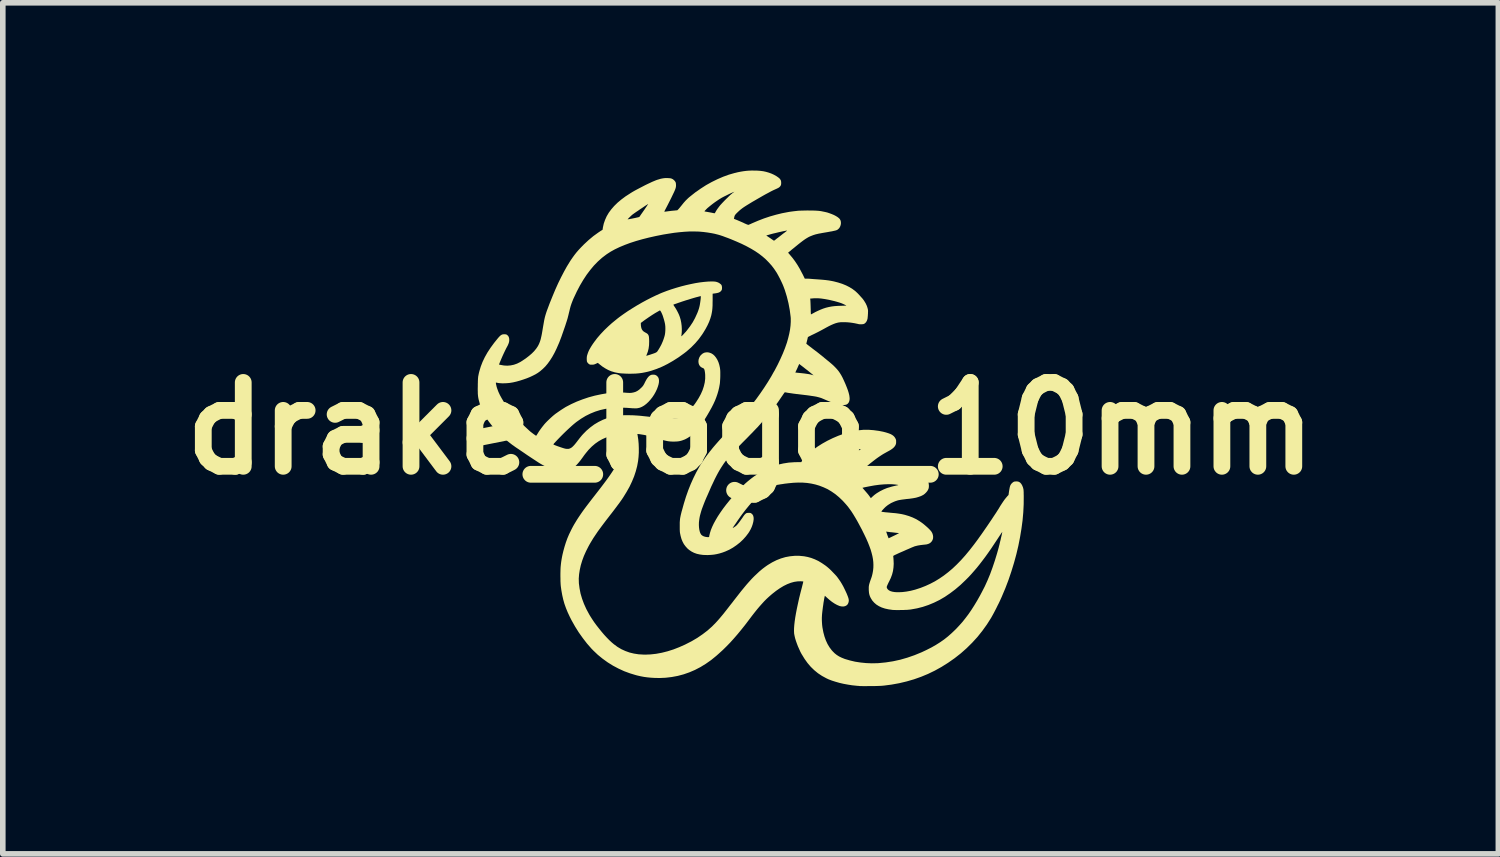
<source format=kicad_pcb>
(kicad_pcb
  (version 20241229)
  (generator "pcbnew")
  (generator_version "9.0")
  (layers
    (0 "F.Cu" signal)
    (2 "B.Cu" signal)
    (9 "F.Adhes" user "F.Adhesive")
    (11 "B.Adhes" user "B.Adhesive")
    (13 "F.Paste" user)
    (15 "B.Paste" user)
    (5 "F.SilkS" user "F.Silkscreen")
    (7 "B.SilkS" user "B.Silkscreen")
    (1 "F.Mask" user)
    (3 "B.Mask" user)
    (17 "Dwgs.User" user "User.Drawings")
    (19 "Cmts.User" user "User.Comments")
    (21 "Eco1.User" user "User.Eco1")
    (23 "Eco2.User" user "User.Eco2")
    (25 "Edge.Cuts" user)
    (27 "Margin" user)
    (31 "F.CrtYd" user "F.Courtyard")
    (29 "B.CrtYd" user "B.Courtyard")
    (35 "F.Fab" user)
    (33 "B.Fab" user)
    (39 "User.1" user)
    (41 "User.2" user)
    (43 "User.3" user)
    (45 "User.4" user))
  (footprint "drake_logo_10mm"
    (layer "F.Cu")
    (at 10.371 4.61)
    (property "Reference" "drake_logo_10mm" (at 0 0 0) (unlocked yes) (layer "F.SilkS") (effects (font (size 1.5 1.5) (thickness 0.3))))
    (attr board_only exclude_from_pos_files exclude_from_bom)
    (fp_poly (pts (xy -0.67 -2.627) (xy -0.642 -2.625) (xy -0.619 -2.622) (xy -0.599 -2.616) (xy -0.58 -2.609) (xy -0.561 -2.599) (xy -0.554 -2.594) (xy -0.534 -2.579) (xy -0.521 -2.565) (xy -0.514 -2.548) (xy -0.511 -2.527) (xy -0.51 -2.515) (xy -0.511 -2.498) (xy -0.512 -2.486) (xy -0.515 -2.477) (xy -0.52 -2.467) (xy -0.521 -2.466) (xy -0.533 -2.451) (xy -0.548 -2.439) (xy -0.567 -2.429) (xy -0.59 -2.422) (xy -0.62 -2.416) (xy -0.642 -2.413) (xy -0.678 -2.408) (xy -0.678 -2.284) (xy -0.679 -2.238) (xy -0.679 -2.2) (xy -0.681 -2.166) (xy -0.683 -2.136) (xy -0.686 -2.109) (xy -0.69 -2.083) (xy -0.695 -2.056) (xy -0.701 -2.028) (xy -0.702 -2.022) (xy -0.719 -1.965) (xy -0.741 -1.905) (xy -0.77 -1.842) (xy -0.804 -1.778) (xy -0.844 -1.712) (xy -0.864 -1.681) (xy -0.924 -1.598) (xy -0.991 -1.52) (xy -1.064 -1.446) (xy -1.143 -1.377) (xy -1.188 -1.342) (xy -1.288 -1.27) (xy -1.387 -1.207) (xy -1.485 -1.151) (xy -1.582 -1.103) (xy -1.679 -1.063) (xy -1.776 -1.03) (xy -1.834 -1.014) (xy -1.888 -1.002) (xy -1.94 -0.992) (xy -1.994 -0.985) (xy -2.049 -0.98) (xy -2.107 -0.978) (xy -2.17 -0.977) (xy -2.238 -0.979) (xy -2.269 -0.981) (xy -2.308 -0.983) (xy -2.342 -0.986) (xy -2.372 -0.991) (xy -2.403 -0.997) (xy -2.435 -1.004) (xy -2.436 -1.005) (xy -2.493 -1.022) (xy -2.547 -1.045) (xy -2.6 -1.074) (xy -2.654 -1.109) (xy -2.698 -1.144) (xy -2.731 -1.171) (xy -2.767 -1.155) (xy -2.785 -1.147) (xy -2.798 -1.143) (xy -2.811 -1.14) (xy -2.824 -1.139) (xy -2.838 -1.139) (xy -2.855 -1.139) (xy -2.867 -1.14) (xy -2.876 -1.143) (xy -2.885 -1.147) (xy -2.889 -1.15) (xy -2.901 -1.16) (xy -2.913 -1.173) (xy -2.916 -1.177) (xy -2.921 -1.186) (xy -2.925 -1.194) (xy -2.927 -1.204) (xy -2.928 -1.219) (xy -2.929 -1.235) (xy -2.929 -1.256) (xy -2.928 -1.273) (xy -2.926 -1.289) (xy -2.922 -1.307) (xy -2.92 -1.313) (xy -2.91 -1.344) (xy -2.898 -1.375) (xy -2.884 -1.405) (xy -2.866 -1.437) (xy -2.845 -1.472) (xy -2.82 -1.51) (xy -2.796 -1.544) (xy -2.743 -1.614) (xy -2.682 -1.685) (xy -2.615 -1.756) (xy -2.542 -1.826) (xy -2.481 -1.881) (xy -1.962 -1.881) (xy -1.962 -1.87) (xy -1.961 -1.854) (xy -1.961 -1.841) (xy -1.956 -1.808) (xy -1.948 -1.78) (xy -1.936 -1.758) (xy -1.92 -1.739) (xy -1.897 -1.723) (xy -1.876 -1.711) (xy -1.858 -1.701) (xy -1.844 -1.691) (xy -1.833 -1.679) (xy -1.825 -1.665) (xy -1.819 -1.647) (xy -1.816 -1.625) (xy -1.814 -1.597) (xy -1.813 -1.562) (xy -1.813 -1.552) (xy -1.815 -1.488) (xy -1.823 -1.428) (xy -1.836 -1.374) (xy -1.853 -1.328) (xy -1.859 -1.314) (xy -1.863 -1.304) (xy -1.865 -1.299) (xy -1.865 -1.298) (xy -1.861 -1.299) (xy -1.851 -1.301) (xy -1.834 -1.306) (xy -1.812 -1.313) (xy -1.786 -1.321) (xy -1.781 -1.323) (xy -1.748 -1.334) (xy -1.722 -1.343) (xy -1.702 -1.351) (xy -1.688 -1.358) (xy -1.678 -1.365) (xy -1.671 -1.371) (xy -1.67 -1.372) (xy -1.661 -1.385) (xy -1.649 -1.403) (xy -1.636 -1.424) (xy -1.622 -1.448) (xy -1.609 -1.472) (xy -1.597 -1.494) (xy -1.59 -1.509) (xy -1.571 -1.552) (xy -1.554 -1.598) (xy -1.54 -1.642) (xy -1.532 -1.674) (xy -1.527 -1.707) (xy -1.524 -1.745) (xy -1.523 -1.785) (xy -1.524 -1.823) (xy -1.528 -1.858) (xy -1.53 -1.871) (xy -1.538 -1.907) (xy -1.548 -1.944) (xy -1.559 -1.98) (xy -1.57 -2.015) (xy -1.582 -2.045) (xy -1.594 -2.071) (xy -1.605 -2.092) (xy -1.612 -2.101) (xy -1.62 -2.11) (xy -1.647 -2.095) (xy -1.703 -2.063) (xy -1.762 -2.026) (xy -1.822 -1.986) (xy -1.881 -1.945) (xy -1.909 -1.925) (xy -1.926 -1.912) (xy -1.941 -1.901) (xy -1.953 -1.892) (xy -1.96 -1.887) (xy -1.962 -1.885) (xy -1.962 -1.881) (xy -2.481 -1.881) (xy -2.464 -1.895) (xy -2.382 -1.962) (xy -2.339 -1.995) (xy -2.268 -2.046) (xy -2.192 -2.098) (xy -2.111 -2.149) (xy -2.028 -2.2) (xy -2.006 -2.212) (xy -1.379 -2.212) (xy -1.378 -2.208) (xy -1.374 -2.199) (xy -1.366 -2.186) (xy -1.354 -2.169) (xy -1.333 -2.136) (xy -1.313 -2.1) (xy -1.294 -2.063) (xy -1.278 -2.028) (xy -1.266 -1.996) (xy -1.265 -1.994) (xy -1.25 -1.943) (xy -1.239 -1.888) (xy -1.232 -1.832) (xy -1.229 -1.776) (xy -1.23 -1.721) (xy -1.235 -1.671) (xy -1.239 -1.649) (xy -1.238 -1.647) (xy -1.232 -1.651) (xy -1.222 -1.659) (xy -1.209 -1.672) (xy -1.194 -1.688) (xy -1.177 -1.707) (xy -1.158 -1.727) (xy -1.14 -1.749) (xy -1.136 -1.754) (xy -1.082 -1.825) (xy -1.034 -1.897) (xy -0.993 -1.972) (xy -0.956 -2.053) (xy -0.949 -2.069) (xy -0.935 -2.106) (xy -0.924 -2.139) (xy -0.915 -2.172) (xy -0.907 -2.208) (xy -0.905 -2.222) (xy -0.902 -2.24) (xy -0.899 -2.26) (xy -0.896 -2.283) (xy -0.893 -2.305) (xy -0.891 -2.325) (xy -0.89 -2.343) (xy -0.889 -2.356) (xy -0.889 -2.363) (xy -0.89 -2.364) (xy -0.895 -2.364) (xy -0.906 -2.362) (xy -0.924 -2.357) (xy -0.947 -2.351) (xy -0.975 -2.344) (xy -1.006 -2.335) (xy -1.04 -2.325) (xy -1.076 -2.314) (xy -1.113 -2.302) (xy -1.151 -2.291) (xy -1.188 -2.279) (xy -1.225 -2.267) (xy -1.259 -2.255) (xy -1.271 -2.251) (xy -1.298 -2.242) (xy -1.322 -2.233) (xy -1.344 -2.226) (xy -1.361 -2.22) (xy -1.372 -2.216) (xy -1.377 -2.214) (xy -1.379 -2.212) (xy -2.006 -2.212) (xy -1.943 -2.249) (xy -1.858 -2.295) (xy -1.774 -2.338) (xy -1.693 -2.377) (xy -1.615 -2.412) (xy -1.579 -2.427) (xy -1.498 -2.458) (xy -1.414 -2.487) (xy -1.328 -2.514) (xy -1.241 -2.539) (xy -1.155 -2.561) (xy -1.07 -2.58) (xy -0.987 -2.597) (xy -0.907 -2.61) (xy -0.831 -2.619) (xy -0.761 -2.625) (xy -0.704 -2.627)) (stroke (width 0) (type solid)) (fill yes) (layer "F.SilkS"))
    (fp_poly (pts (xy 0.116 -4.609) (xy 0.174 -4.605) (xy 0.228 -4.598) (xy 0.278 -4.587) (xy 0.326 -4.573) (xy 0.373 -4.556) (xy 0.421 -4.534) (xy 0.424 -4.532) (xy 0.463 -4.51) (xy 0.495 -4.488) (xy 0.52 -4.467) (xy 0.536 -4.445) (xy 0.544 -4.427) (xy 0.547 -4.408) (xy 0.548 -4.385) (xy 0.546 -4.363) (xy 0.544 -4.353) (xy 0.535 -4.334) (xy 0.519 -4.316) (xy 0.497 -4.3) (xy 0.47 -4.287) (xy 0.468 -4.286) (xy 0.439 -4.273) (xy 0.404 -4.257) (xy 0.364 -4.237) (xy 0.318 -4.212) (xy 0.267 -4.185) (xy 0.212 -4.154) (xy 0.153 -4.12) (xy 0.132 -4.108) (xy 0.079 -4.077) (xy 0.032 -4.05) (xy -0.009 -4.025) (xy -0.045 -4.003) (xy -0.076 -3.984) (xy -0.104 -3.966) (xy -0.128 -3.95) (xy -0.149 -3.935) (xy -0.168 -3.92) (xy -0.186 -3.906) (xy -0.203 -3.891) (xy -0.219 -3.876) (xy -0.236 -3.86) (xy -0.241 -3.855) (xy -0.259 -3.837) (xy -0.271 -3.823) (xy -0.28 -3.81) (xy -0.286 -3.797) (xy -0.29 -3.782) (xy -0.294 -3.762) (xy -0.294 -3.761) (xy -0.297 -3.747) (xy -0.239 -3.724) (xy -0.216 -3.714) (xy -0.188 -3.702) (xy -0.158 -3.689) (xy -0.128 -3.676) (xy -0.113 -3.668) (xy -0.088 -3.657) (xy -0.07 -3.649) (xy -0.056 -3.644) (xy -0.047 -3.641) (xy -0.04 -3.639) (xy -0.035 -3.64) (xy -0.033 -3.641) (xy -0.025 -3.644) (xy -0.012 -3.65) (xy 0.005 -3.657) (xy 0.024 -3.666) (xy 0.031 -3.669) (xy 0.134 -3.713) (xy 0.24 -3.754) (xy 0.348 -3.79) (xy 0.457 -3.821) (xy 0.563 -3.847) (xy 0.667 -3.867) (xy 0.695 -3.872) (xy 0.738 -3.878) (xy 0.777 -3.883) (xy 0.813 -3.887) (xy 0.847 -3.891) (xy 0.882 -3.893) (xy 0.918 -3.894) (xy 0.959 -3.895) (xy 1.005 -3.896) (xy 1.032 -3.896) (xy 1.08 -3.895) (xy 1.12 -3.895) (xy 1.156 -3.894) (xy 1.187 -3.892) (xy 1.215 -3.89) (xy 1.242 -3.887) (xy 1.268 -3.883) (xy 1.296 -3.877) (xy 1.326 -3.871) (xy 1.331 -3.87) (xy 1.373 -3.86) (xy 1.414 -3.846) (xy 1.454 -3.831) (xy 1.492 -3.815) (xy 1.526 -3.797) (xy 1.555 -3.779) (xy 1.578 -3.761) (xy 1.595 -3.744) (xy 1.608 -3.721) (xy 1.615 -3.694) (xy 1.616 -3.666) (xy 1.612 -3.637) (xy 1.602 -3.609) (xy 1.588 -3.584) (xy 1.583 -3.578) (xy 1.571 -3.566) (xy 1.559 -3.556) (xy 1.551 -3.55) (xy 1.542 -3.546) (xy 1.529 -3.541) (xy 1.511 -3.536) (xy 1.487 -3.531) (xy 1.457 -3.524) (xy 1.421 -3.518) (xy 1.378 -3.51) (xy 1.331 -3.502) (xy 1.289 -3.495) (xy 1.253 -3.488) (xy 1.223 -3.483) (xy 1.198 -3.477) (xy 1.176 -3.472) (xy 1.156 -3.467) (xy 1.138 -3.461) (xy 1.119 -3.455) (xy 1.109 -3.451) (xy 1.084 -3.441) (xy 1.059 -3.431) (xy 1.035 -3.419) (xy 1.011 -3.405) (xy 0.985 -3.389) (xy 0.957 -3.37) (xy 0.927 -3.348) (xy 0.893 -3.322) (xy 0.855 -3.292) (xy 0.813 -3.258) (xy 0.777 -3.228) (xy 0.754 -3.21) (xy 0.733 -3.193) (xy 0.715 -3.177) (xy 0.7 -3.165) (xy 0.689 -3.156) (xy 0.684 -3.152) (xy 0.676 -3.146) (xy 0.672 -3.142) (xy 0.672 -3.142) (xy 0.675 -3.138) (xy 0.682 -3.129) (xy 0.692 -3.118) (xy 0.701 -3.107) (xy 0.749 -3.05) (xy 0.794 -2.99) (xy 0.838 -2.924) (xy 0.88 -2.853) (xy 0.921 -2.775) (xy 0.934 -2.751) (xy 0.97 -2.677) (xy 1.004 -2.677) (xy 1.024 -2.677) (xy 1.048 -2.676) (xy 1.072 -2.674) (xy 1.081 -2.673) (xy 1.097 -2.672) (xy 1.12 -2.67) (xy 1.147 -2.668) (xy 1.176 -2.666) (xy 1.206 -2.664) (xy 1.217 -2.663) (xy 1.284 -2.658) (xy 1.344 -2.652) (xy 1.399 -2.645) (xy 1.45 -2.636) (xy 1.485 -2.629) (xy 1.566 -2.608) (xy 1.641 -2.584) (xy 1.709 -2.556) (xy 1.77 -2.525) (xy 1.826 -2.49) (xy 1.876 -2.452) (xy 1.882 -2.446) (xy 1.904 -2.426) (xy 1.928 -2.402) (xy 1.952 -2.376) (xy 1.976 -2.349) (xy 1.999 -2.324) (xy 2.017 -2.301) (xy 2.029 -2.284) (xy 2.058 -2.237) (xy 2.08 -2.19) (xy 2.093 -2.149) (xy 2.096 -2.135) (xy 2.099 -2.123) (xy 2.1 -2.111) (xy 2.101 -2.096) (xy 2.1 -2.077) (xy 2.1 -2.052) (xy 2.099 -2.05) (xy 2.098 -2.025) (xy 2.096 -2.001) (xy 2.094 -1.98) (xy 2.092 -1.963) (xy 2.091 -1.957) (xy 2.081 -1.927) (xy 2.067 -1.901) (xy 2.048 -1.881) (xy 2.04 -1.875) (xy 2.029 -1.869) (xy 2.019 -1.865) (xy 2.007 -1.863) (xy 1.991 -1.862) (xy 1.984 -1.862) (xy 1.965 -1.861) (xy 1.949 -1.862) (xy 1.933 -1.864) (xy 1.913 -1.869) (xy 1.899 -1.872) (xy 1.861 -1.88) (xy 1.819 -1.887) (xy 1.775 -1.893) (xy 1.73 -1.897) (xy 1.687 -1.899) (xy 1.646 -1.899) (xy 1.61 -1.898) (xy 1.579 -1.894) (xy 1.575 -1.894) (xy 1.545 -1.887) (xy 1.515 -1.878) (xy 1.481 -1.865) (xy 1.444 -1.849) (xy 1.403 -1.829) (xy 1.358 -1.805) (xy 1.307 -1.777) (xy 1.278 -1.761) (xy 1.244 -1.743) (xy 1.208 -1.724) (xy 1.174 -1.707) (xy 1.144 -1.692) (xy 1.119 -1.68) (xy 1.095 -1.669) (xy 1.074 -1.658) (xy 1.058 -1.65) (xy 1.046 -1.644) (xy 1.043 -1.642) (xy 1.026 -1.633) (xy 1.012 -1.574) (xy 0.997 -1.515) (xy 1.01 -1.503) (xy 1.016 -1.498) (xy 1.028 -1.489) (xy 1.044 -1.476) (xy 1.064 -1.461) (xy 1.088 -1.443) (xy 1.113 -1.423) (xy 1.137 -1.405) (xy 1.166 -1.383) (xy 1.195 -1.361) (xy 1.223 -1.339) (xy 1.249 -1.318) (xy 1.272 -1.3) (xy 1.29 -1.285) (xy 1.299 -1.279) (xy 1.32 -1.26) (xy 1.345 -1.24) (xy 1.369 -1.22) (xy 1.391 -1.202) (xy 1.393 -1.201) (xy 1.439 -1.162) (xy 1.479 -1.127) (xy 1.514 -1.092) (xy 1.545 -1.059) (xy 1.573 -1.025) (xy 1.598 -0.989) (xy 1.622 -0.95) (xy 1.645 -0.907) (xy 1.668 -0.858) (xy 1.692 -0.804) (xy 1.699 -0.788) (xy 1.722 -0.731) (xy 1.741 -0.68) (xy 1.755 -0.634) (xy 1.765 -0.594) (xy 1.77 -0.559) (xy 1.772 -0.528) (xy 1.769 -0.501) (xy 1.762 -0.477) (xy 1.753 -0.459) (xy 1.738 -0.441) (xy 1.72 -0.428) (xy 1.698 -0.421) (xy 1.669 -0.417) (xy 1.668 -0.417) (xy 1.648 -0.417) (xy 1.627 -0.418) (xy 1.61 -0.419) (xy 1.608 -0.42) (xy 1.565 -0.429) (xy 1.518 -0.443) (xy 1.467 -0.46) (xy 1.412 -0.48) (xy 1.357 -0.503) (xy 1.325 -0.517) (xy 1.304 -0.526) (xy 1.285 -0.534) (xy 1.266 -0.542) (xy 1.247 -0.548) (xy 1.226 -0.554) (xy 1.204 -0.56) (xy 1.18 -0.566) (xy 1.153 -0.571) (xy 1.122 -0.576) (xy 1.087 -0.581) (xy 1.048 -0.587) (xy 1.003 -0.593) (xy 0.952 -0.599) (xy 0.894 -0.606) (xy 0.829 -0.614) (xy 0.824 -0.614) (xy 0.794 -0.618) (xy 0.762 -0.622) (xy 0.73 -0.627) (xy 0.702 -0.631) (xy 0.679 -0.634) (xy 0.676 -0.635) (xy 0.655 -0.638) (xy 0.637 -0.642) (xy 0.623 -0.644) (xy 0.615 -0.645) (xy 0.614 -0.646) (xy 0.61 -0.643) (xy 0.603 -0.634) (xy 0.593 -0.62) (xy 0.581 -0.603) (xy 0.568 -0.583) (xy 0.564 -0.578) (xy 0.494 -0.475) (xy 0.422 -0.376) (xy 0.347 -0.279) (xy 0.268 -0.183) (xy 0.183 -0.086) (xy 0.142 -0.04) (xy 0.129 -0.025) (xy 0.11 -0.006) (xy 0.087 0.018) (xy 0.061 0.045) (xy 0.032 0.076) (xy -0.000052 0.108) (xy -0.033 0.142) (xy -0.067 0.177) (xy -0.101 0.211) (xy -0.106 0.216) (xy -0.14 0.25) (xy -0.174 0.285) (xy -0.206 0.318) (xy -0.237 0.35) (xy -0.266 0.38) (xy -0.292 0.407) (xy -0.315 0.43) (xy -0.333 0.45) (xy -0.346 0.464) (xy -0.348 0.466) (xy -0.382 0.506) (xy -0.414 0.544) (xy -0.445 0.584) (xy -0.474 0.623) (xy -0.502 0.665) (xy -0.53 0.708) (xy -0.558 0.754) (xy -0.585 0.802) (xy -0.613 0.855) (xy -0.642 0.912) (xy -0.671 0.974) (xy -0.703 1.041) (xy -0.735 1.115) (xy -0.77 1.195) (xy -0.788 1.235) (xy -0.814 1.296) (xy -0.836 1.352) (xy -0.855 1.402) (xy -0.872 1.448) (xy -0.885 1.49) (xy -0.896 1.529) (xy -0.906 1.567) (xy -0.913 1.603) (xy -0.918 1.637) (xy -0.923 1.682) (xy -0.924 1.726) (xy -0.922 1.768) (xy -0.917 1.807) (xy -0.909 1.843) (xy -0.899 1.872) (xy -0.885 1.896) (xy -0.881 1.902) (xy -0.863 1.917) (xy -0.839 1.93) (xy -0.81 1.939) (xy -0.778 1.944) (xy -0.757 1.945) (xy -0.747 1.944) (xy -0.742 1.942) (xy -0.74 1.937) (xy -0.74 1.937) (xy -0.739 1.927) (xy -0.736 1.912) (xy -0.731 1.893) (xy -0.726 1.871) (xy -0.719 1.849) (xy -0.713 1.828) (xy -0.708 1.814) (xy -0.686 1.76) (xy -0.658 1.701) (xy -0.624 1.639) (xy -0.585 1.573) (xy -0.54 1.505) (xy -0.491 1.435) (xy -0.437 1.364) (xy -0.378 1.291) (xy -0.375 1.287) (xy -0.314 1.215) (xy -0.256 1.149) (xy -0.201 1.09) (xy -0.147 1.036) (xy -0.095 0.986) (xy -0.043 0.941) (xy 0.009 0.899) (xy 0.061 0.86) (xy 0.115 0.823) (xy 0.137 0.809) (xy 0.225 0.757) (xy 0.313 0.713) (xy 0.377 0.687) (xy 1.339 0.687) (xy 1.378 0.7) (xy 1.4 0.708) (xy 1.424 0.717) (xy 1.449 0.726) (xy 1.46 0.731) (xy 1.477 0.737) (xy 1.491 0.743) (xy 1.5 0.747) (xy 1.503 0.748) (xy 1.506 0.745) (xy 1.512 0.737) (xy 1.52 0.726) (xy 1.523 0.721) (xy 1.538 0.703) (xy 1.557 0.681) (xy 1.581 0.656) (xy 1.607 0.631) (xy 1.633 0.607) (xy 1.66 0.584) (xy 1.681 0.567) (xy 1.706 0.548) (xy 1.736 0.526) (xy 1.771 0.502) (xy 1.809 0.476) (xy 1.85 0.45) (xy 1.891 0.423) (xy 1.922 0.404) (xy 1.94 0.393) (xy 1.955 0.383) (xy 1.966 0.375) (xy 1.972 0.37) (xy 1.973 0.369) (xy 1.968 0.369) (xy 1.956 0.371) (xy 1.941 0.375) (xy 1.926 0.378) (xy 1.872 0.394) (xy 1.813 0.415) (xy 1.75 0.442) (xy 1.684 0.473) (xy 1.616 0.509) (xy 1.546 0.55) (xy 1.476 0.593) (xy 1.425 0.627) (xy 1.404 0.642) (xy 1.385 0.655) (xy 1.368 0.666) (xy 1.356 0.675) (xy 1.349 0.68) (xy 1.349 0.68) (xy 1.339 0.687) (xy 0.377 0.687) (xy 0.403 0.677) (xy 0.494 0.648) (xy 0.588 0.627) (xy 0.684 0.612) (xy 0.784 0.605) (xy 0.836 0.604) (xy 0.906 0.604) (xy 0.928 0.571) (xy 0.942 0.553) (xy 0.961 0.53) (xy 0.984 0.506) (xy 1.009 0.48) (xy 1.036 0.453) (xy 1.064 0.428) (xy 1.09 0.405) (xy 1.109 0.391) (xy 1.192 0.33) (xy 1.28 0.274) (xy 1.373 0.222) (xy 1.469 0.175) (xy 1.567 0.133) (xy 1.665 0.097) (xy 1.762 0.067) (xy 1.834 0.05) (xy 1.923 0.035) (xy 2.014 0.026) (xy 2.106 0.025) (xy 2.199 0.032) (xy 2.295 0.045) (xy 2.371 0.06) (xy 2.421 0.073) (xy 2.465 0.087) (xy 2.502 0.101) (xy 2.532 0.117) (xy 2.556 0.135) (xy 2.575 0.155) (xy 2.589 0.177) (xy 2.59 0.179) (xy 2.597 0.194) (xy 2.601 0.206) (xy 2.603 0.218) (xy 2.603 0.235) (xy 2.603 0.24) (xy 2.603 0.259) (xy 2.601 0.273) (xy 2.597 0.286) (xy 2.593 0.297) (xy 2.582 0.316) (xy 2.568 0.334) (xy 2.55 0.352) (xy 2.528 0.369) (xy 2.5 0.388) (xy 2.466 0.407) (xy 2.44 0.421) (xy 2.41 0.438) (xy 2.381 0.454) (xy 2.353 0.471) (xy 2.324 0.49) (xy 2.294 0.51) (xy 2.261 0.533) (xy 2.225 0.56) (xy 2.185 0.591) (xy 2.162 0.609) (xy 2.143 0.624) (xy 2.123 0.64) (xy 2.103 0.657) (xy 2.084 0.673) (xy 2.067 0.688) (xy 2.054 0.701) (xy 2.044 0.711) (xy 2.039 0.717) (xy 2.038 0.719) (xy 2.042 0.719) (xy 2.053 0.718) (xy 2.067 0.715) (xy 2.073 0.714) (xy 2.167 0.701) (xy 2.265 0.693) (xy 2.364 0.69) (xy 2.464 0.692) (xy 2.563 0.699) (xy 2.659 0.712) (xy 2.717 0.722) (xy 2.763 0.732) (xy 2.812 0.744) (xy 2.86 0.757) (xy 2.908 0.771) (xy 2.952 0.785) (xy 2.993 0.799) (xy 3.027 0.813) (xy 3.031 0.814) (xy 3.062 0.831) (xy 3.093 0.852) (xy 3.122 0.877) (xy 3.147 0.903) (xy 3.158 0.918) (xy 3.175 0.949) (xy 3.185 0.982) (xy 3.189 1.018) (xy 3.189 1.034) (xy 3.188 1.054) (xy 3.185 1.068) (xy 3.182 1.081) (xy 3.175 1.095) (xy 3.174 1.099) (xy 3.159 1.123) (xy 3.138 1.148) (xy 3.115 1.17) (xy 3.09 1.189) (xy 3.084 1.192) (xy 3.049 1.21) (xy 3.007 1.225) (xy 2.96 1.239) (xy 2.907 1.249) (xy 2.851 1.257) (xy 2.839 1.259) (xy 2.793 1.263) (xy 2.754 1.268) (xy 2.722 1.272) (xy 2.694 1.276) (xy 2.67 1.28) (xy 2.649 1.284) (xy 2.629 1.289) (xy 2.611 1.295) (xy 2.592 1.301) (xy 2.572 1.309) (xy 2.571 1.309) (xy 2.512 1.336) (xy 2.456 1.371) (xy 2.433 1.389) (xy 2.419 1.4) (xy 2.404 1.414) (xy 2.389 1.429) (xy 2.374 1.445) (xy 2.361 1.459) (xy 2.35 1.472) (xy 2.343 1.482) (xy 2.34 1.488) (xy 2.34 1.489) (xy 2.346 1.491) (xy 2.359 1.494) (xy 2.38 1.496) (xy 2.408 1.5) (xy 2.444 1.503) (xy 2.488 1.507) (xy 2.503 1.509) (xy 2.548 1.513) (xy 2.585 1.516) (xy 2.618 1.52) (xy 2.646 1.524) (xy 2.672 1.528) (xy 2.696 1.532) (xy 2.72 1.537) (xy 2.746 1.543) (xy 2.762 1.547) (xy 2.832 1.568) (xy 2.9 1.594) (xy 2.965 1.625) (xy 3.024 1.661) (xy 3.027 1.663) (xy 3.056 1.683) (xy 3.086 1.705) (xy 3.116 1.73) (xy 3.145 1.755) (xy 3.173 1.78) (xy 3.197 1.804) (xy 3.217 1.825) (xy 3.232 1.844) (xy 3.235 1.847) (xy 3.251 1.877) (xy 3.261 1.908) (xy 3.265 1.939) (xy 3.263 1.969) (xy 3.254 1.997) (xy 3.239 2.022) (xy 3.219 2.043) (xy 3.205 2.053) (xy 3.188 2.062) (xy 3.171 2.068) (xy 3.151 2.074) (xy 3.129 2.077) (xy 3.1 2.08) (xy 3.09 2.081) (xy 3.039 2.087) (xy 2.991 2.095) (xy 2.95 2.105) (xy 2.929 2.111) (xy 2.918 2.116) (xy 2.9 2.123) (xy 2.878 2.132) (xy 2.851 2.144) (xy 2.821 2.157) (xy 2.788 2.171) (xy 2.755 2.186) (xy 2.721 2.201) (xy 2.688 2.215) (xy 2.656 2.229) (xy 2.628 2.242) (xy 2.603 2.254) (xy 2.602 2.254) (xy 2.579 2.265) (xy 2.562 2.274) (xy 2.553 2.28) (xy 2.551 2.284) (xy 2.552 2.29) (xy 2.553 2.302) (xy 2.555 2.319) (xy 2.556 2.339) (xy 2.557 2.351) (xy 2.56 2.421) (xy 2.556 2.488) (xy 2.547 2.551) (xy 2.531 2.613) (xy 2.508 2.675) (xy 2.478 2.738) (xy 2.477 2.739) (xy 2.466 2.761) (xy 2.456 2.782) (xy 2.448 2.8) (xy 2.442 2.814) (xy 2.439 2.82) (xy 2.436 2.833) (xy 2.435 2.841) (xy 2.437 2.849) (xy 2.44 2.858) (xy 2.454 2.879) (xy 2.474 2.896) (xy 2.501 2.91) (xy 2.534 2.92) (xy 2.575 2.927) (xy 2.623 2.93) (xy 2.647 2.93) (xy 2.716 2.927) (xy 2.789 2.918) (xy 2.865 2.904) (xy 2.943 2.884) (xy 3.023 2.858) (xy 3.044 2.851) (xy 3.13 2.817) (xy 3.215 2.778) (xy 3.297 2.735) (xy 3.377 2.686) (xy 3.456 2.632) (xy 3.534 2.572) (xy 3.611 2.507) (xy 3.687 2.435) (xy 3.764 2.356) (xy 3.84 2.271) (xy 3.917 2.178) (xy 3.995 2.078) (xy 4.048 2.007) (xy 4.072 1.974) (xy 4.098 1.937) (xy 4.127 1.897) (xy 4.157 1.854) (xy 4.188 1.809) (xy 4.22 1.763) (xy 4.252 1.716) (xy 4.283 1.67) (xy 4.313 1.626) (xy 4.341 1.583) (xy 4.367 1.544) (xy 4.391 1.508) (xy 4.411 1.476) (xy 4.428 1.45) (xy 4.435 1.439) (xy 4.466 1.387) (xy 4.496 1.341) (xy 4.522 1.302) (xy 4.547 1.267) (xy 4.571 1.238) (xy 4.593 1.212) (xy 4.594 1.211) (xy 4.613 1.191) (xy 4.623 1.12) (xy 4.629 1.086) (xy 4.634 1.059) (xy 4.639 1.038) (xy 4.645 1.021) (xy 4.653 1.006) (xy 4.662 0.993) (xy 4.673 0.981) (xy 4.674 0.98) (xy 4.691 0.965) (xy 4.707 0.955) (xy 4.725 0.95) (xy 4.747 0.949) (xy 4.752 0.948) (xy 4.776 0.95) (xy 4.796 0.955) (xy 4.812 0.964) (xy 4.823 0.972) (xy 4.842 0.994) (xy 4.858 1.022) (xy 4.872 1.057) (xy 4.874 1.067) (xy 4.877 1.076) (xy 4.879 1.086) (xy 4.881 1.097) (xy 4.882 1.11) (xy 4.883 1.127) (xy 4.884 1.147) (xy 4.884 1.174) (xy 4.885 1.206) (xy 4.885 1.219) (xy 4.884 1.357) (xy 4.877 1.5) (xy 4.864 1.646) (xy 4.844 1.795) (xy 4.819 1.946) (xy 4.789 2.098) (xy 4.753 2.251) (xy 4.711 2.405) (xy 4.664 2.558) (xy 4.613 2.709) (xy 4.556 2.859) (xy 4.494 3.006) (xy 4.493 3.009) (xy 4.477 3.044) (xy 4.459 3.084) (xy 4.439 3.126) (xy 4.417 3.169) (xy 4.395 3.214) (xy 4.373 3.257) (xy 4.352 3.297) (xy 4.332 3.334) (xy 4.314 3.366) (xy 4.303 3.386) (xy 4.227 3.506) (xy 4.145 3.62) (xy 4.058 3.729) (xy 3.964 3.832) (xy 3.865 3.93) (xy 3.76 4.023) (xy 3.649 4.11) (xy 3.532 4.192) (xy 3.414 4.266) (xy 3.295 4.332) (xy 3.173 4.391) (xy 3.05 4.442) (xy 2.923 4.487) (xy 2.792 4.525) (xy 2.658 4.557) (xy 2.52 4.582) (xy 2.389 4.599) (xy 2.368 4.601) (xy 2.348 4.603) (xy 2.326 4.604) (xy 2.303 4.605) (xy 2.277 4.606) (xy 2.246 4.607) (xy 2.21 4.608) (xy 2.168 4.608) (xy 2.143 4.608) (xy 2.106 4.608) (xy 2.071 4.609) (xy 2.039 4.609) (xy 2.011 4.609) (xy 1.988 4.608) (xy 1.971 4.608) (xy 1.96 4.608) (xy 1.957 4.608) (xy 1.947 4.607) (xy 1.932 4.605) (xy 1.913 4.604) (xy 1.893 4.602) (xy 1.816 4.594) (xy 1.74 4.582) (xy 1.664 4.568) (xy 1.59 4.551) (xy 1.52 4.531) (xy 1.454 4.51) (xy 1.394 4.487) (xy 1.354 4.468) (xy 1.277 4.426) (xy 1.206 4.379) (xy 1.139 4.324) (xy 1.077 4.264) (xy 1.019 4.196) (xy 0.966 4.122) (xy 0.917 4.042) (xy 0.915 4.04) (xy 0.891 3.995) (xy 0.869 3.946) (xy 0.847 3.897) (xy 0.828 3.847) (xy 0.811 3.799) (xy 0.797 3.753) (xy 0.787 3.71) (xy 0.78 3.673) (xy 0.779 3.664) (xy 0.777 3.622) (xy 0.778 3.573) (xy 0.782 3.517) (xy 0.789 3.454) (xy 0.799 3.384) (xy 0.812 3.308) (xy 0.828 3.225) (xy 0.847 3.136) (xy 0.868 3.04) (xy 0.893 2.939) (xy 0.921 2.832) (xy 0.923 2.824) (xy 0.929 2.799) (xy 0.935 2.777) (xy 0.939 2.759) (xy 0.942 2.746) (xy 0.943 2.739) (xy 0.943 2.738) (xy 0.938 2.737) (xy 0.927 2.736) (xy 0.911 2.735) (xy 0.895 2.734) (xy 0.838 2.736) (xy 0.779 2.745) (xy 0.718 2.762) (xy 0.656 2.786) (xy 0.591 2.818) (xy 0.525 2.858) (xy 0.457 2.905) (xy 0.387 2.96) (xy 0.366 2.978) (xy 0.326 3.013) (xy 0.286 3.05) (xy 0.246 3.09) (xy 0.206 3.134) (xy 0.164 3.181) (xy 0.12 3.233) (xy 0.074 3.29) (xy 0.025 3.353) (xy -0.027 3.422) (xy -0.03 3.426) (xy -0.1 3.518) (xy -0.168 3.603) (xy -0.234 3.683) (xy -0.299 3.758) (xy -0.363 3.829) (xy -0.428 3.896) (xy -0.494 3.961) (xy -0.562 4.023) (xy -0.614 4.069) (xy -0.705 4.143) (xy -0.799 4.209) (xy -0.895 4.268) (xy -0.993 4.319) (xy -1.093 4.362) (xy -1.196 4.398) (xy -1.301 4.426) (xy -1.408 4.446) (xy -1.517 4.459) (xy -1.627 4.464) (xy -1.718 4.462) (xy -1.785 4.458) (xy -1.846 4.452) (xy -1.905 4.444) (xy -1.964 4.433) (xy -2.025 4.419) (xy -2.052 4.412) (xy -2.157 4.38) (xy -2.26 4.342) (xy -2.362 4.295) (xy -2.46 4.243) (xy -2.555 4.184) (xy -2.645 4.119) (xy -2.731 4.049) (xy -2.811 3.973) (xy -2.846 3.937) (xy -2.924 3.848) (xy -2.999 3.751) (xy -3.071 3.65) (xy -3.138 3.543) (xy -3.2 3.433) (xy -3.233 3.368) (xy -3.27 3.289) (xy -3.301 3.213) (xy -3.328 3.137) (xy -3.35 3.059) (xy -3.368 2.979) (xy -3.383 2.894) (xy -3.392 2.829) (xy -3.395 2.802) (xy -3.397 2.768) (xy -3.399 2.729) (xy -3.399 2.687) (xy -3.4 2.643) (xy -3.4 2.598) (xy -3.399 2.555) (xy -3.398 2.514) (xy -3.396 2.478) (xy -3.393 2.448) (xy -3.392 2.437) (xy -3.386 2.387) (xy -3.379 2.342) (xy -3.371 2.298) (xy -3.362 2.254) (xy -3.35 2.206) (xy -3.35 2.203) (xy -3.327 2.119) (xy -3.303 2.042) (xy -3.276 1.967) (xy -3.245 1.894) (xy -3.22 1.843) (xy -3.199 1.8) (xy -3.177 1.758) (xy -3.154 1.717) (xy -3.129 1.676) (xy -3.103 1.633) (xy -3.075 1.59) (xy -3.044 1.544) (xy -3.011 1.496) (xy -2.974 1.445) (xy -2.933 1.39) (xy -2.888 1.331) (xy -2.839 1.267) (xy -2.785 1.198) (xy -2.775 1.185) (xy -2.723 1.118) (xy -2.675 1.056) (xy -2.631 0.998) (xy -2.592 0.946) (xy -2.557 0.898) (xy -2.527 0.856) (xy -2.505 0.824) (xy -2.476 0.781) (xy -2.449 0.739) (xy -2.423 0.698) (xy -2.4 0.658) (xy -2.38 0.622) (xy -2.363 0.589) (xy -2.349 0.561) (xy -2.34 0.537) (xy -2.337 0.53) (xy -2.328 0.484) (xy -2.324 0.433) (xy -2.327 0.377) (xy -2.336 0.317) (xy -2.351 0.253) (xy -2.373 0.185) (xy -2.378 0.171) (xy -2.399 0.115) (xy -2.417 0.118) (xy -2.435 0.121) (xy -2.459 0.127) (xy -2.485 0.134) (xy -2.514 0.141) (xy -2.541 0.149) (xy -2.565 0.157) (xy -2.58 0.162) (xy -2.649 0.192) (xy -2.715 0.229) (xy -2.778 0.273) (xy -2.838 0.324) (xy -2.895 0.382) (xy -2.935 0.43) (xy -2.947 0.445) (xy -2.963 0.465) (xy -2.98 0.488) (xy -2.997 0.512) (xy -3.01 0.53) (xy -3.042 0.573) (xy -3.071 0.609) (xy -3.098 0.64) (xy -3.123 0.666) (xy -3.149 0.688) (xy -3.174 0.707) (xy -3.201 0.723) (xy -3.208 0.727) (xy -3.236 0.74) (xy -3.262 0.75) (xy -3.29 0.757) (xy -3.32 0.761) (xy -3.356 0.763) (xy -3.382 0.764) (xy -3.402 0.764) (xy -3.419 0.763) (xy -3.437 0.76) (xy -3.456 0.757) (xy -3.516 0.741) (xy -3.579 0.72) (xy -3.644 0.692) (xy -3.71 0.659) (xy -3.762 0.629) (xy -3.777 0.62) (xy -3.799 0.606) (xy -3.825 0.589) (xy -3.855 0.569) (xy -3.889 0.547) (xy -3.925 0.523) (xy -3.963 0.498) (xy -4.002 0.472) (xy -4.041 0.445) (xy -4.079 0.419) (xy -4.116 0.394) (xy -4.151 0.37) (xy -4.183 0.349) (xy -4.212 0.329) (xy -4.235 0.312) (xy -4.254 0.299) (xy -4.264 0.292) (xy -4.313 0.254) (xy -4.358 0.218) (xy -4.402 0.18) (xy -4.445 0.14) (xy -4.49 0.096) (xy -4.502 0.084) (xy -4.547 0.038) (xy -4.587 -0.005) (xy -4.623 -0.047) (xy -4.656 -0.089) (xy -4.689 -0.133) (xy -4.715 -0.172) (xy -4.755 -0.236) (xy -4.788 -0.298) (xy -4.815 -0.361) (xy -4.838 -0.427) (xy -4.854 -0.485) (xy -4.861 -0.511) (xy -4.866 -0.534) (xy -4.87 -0.556) (xy -4.873 -0.577) (xy -4.875 -0.599) (xy -4.877 -0.623) (xy -4.877 -0.65) (xy -4.878 -0.681) (xy -4.878 -0.718) (xy -4.877 -0.757) (xy -4.877 -0.798) (xy -4.876 -0.813) (xy -4.554 -0.813) (xy -4.553 -0.801) (xy -4.55 -0.785) (xy -4.545 -0.764) (xy -4.54 -0.742) (xy -4.533 -0.72) (xy -4.529 -0.708) (xy -4.509 -0.654) (xy -4.482 -0.596) (xy -4.449 -0.536) (xy -4.411 -0.473) (xy -4.368 -0.409) (xy -4.321 -0.345) (xy -4.271 -0.281) (xy -4.216 -0.217) (xy -4.167 -0.164) (xy -4.138 -0.133) (xy -4.106 -0.101) (xy -4.074 -0.069) (xy -4.041 -0.038) (xy -4.01 -0.009) (xy -3.981 0.018) (xy -3.955 0.042) (xy -3.933 0.061) (xy -3.924 0.068) (xy -3.908 0.08) (xy -3.891 0.093) (xy -3.875 0.105) (xy -3.859 0.116) (xy -3.846 0.125) (xy -3.837 0.131) (xy -3.834 0.132) (xy -3.831 0.129) (xy -3.824 0.12) (xy -3.816 0.107) (xy -3.807 0.093) (xy -3.783 0.054) (xy -3.754 0.013) (xy -3.725 -0.026) (xy -3.696 -0.062) (xy -3.69 -0.07) (xy -3.666 -0.097) (xy -3.637 -0.127) (xy -3.605 -0.158) (xy -3.573 -0.188) (xy -3.542 -0.216) (xy -3.514 -0.24) (xy -3.511 -0.242) (xy -3.49 -0.259) (xy -3.463 -0.278) (xy -3.433 -0.299) (xy -3.401 -0.321) (xy -3.369 -0.342) (xy -3.339 -0.361) (xy -3.312 -0.378) (xy -3.3 -0.385) (xy -3.206 -0.434) (xy -3.107 -0.479) (xy -3.003 -0.519) (xy -2.896 -0.555) (xy -2.786 -0.585) (xy -2.674 -0.609) (xy -2.623 -0.618) (xy -2.556 -0.629) (xy -2.494 -0.636) (xy -2.436 -0.641) (xy -2.38 -0.643) (xy -2.325 -0.643) (xy -2.267 -0.64) (xy -2.245 -0.639) (xy -2.213 -0.636) (xy -2.189 -0.635) (xy -2.169 -0.634) (xy -2.153 -0.634) (xy -2.138 -0.635) (xy -2.125 -0.636) (xy -2.125 -0.636) (xy -2.086 -0.644) (xy -2.052 -0.655) (xy -2.02 -0.672) (xy -1.989 -0.694) (xy -1.957 -0.724) (xy -1.956 -0.724) (xy -1.941 -0.74) (xy -1.929 -0.753) (xy -1.92 -0.765) (xy -1.912 -0.778) (xy -1.903 -0.794) (xy -1.892 -0.815) (xy -1.892 -0.817) (xy -1.872 -0.855) (xy -1.854 -0.886) (xy -1.836 -0.911) (xy -1.819 -0.93) (xy -1.803 -0.943) (xy -1.789 -0.951) (xy -1.778 -0.956) (xy -1.764 -0.959) (xy -1.752 -0.96) (xy -1.735 -0.96) (xy -1.718 -0.959) (xy -1.707 -0.957) (xy -1.687 -0.948) (xy -1.668 -0.933) (xy -1.652 -0.913) (xy -1.65 -0.909) (xy -1.641 -0.886) (xy -1.637 -0.858) (xy -1.638 -0.825) (xy -1.645 -0.787) (xy -1.657 -0.747) (xy -1.673 -0.703) (xy -1.695 -0.657) (xy -1.695 -0.656) (xy -1.724 -0.604) (xy -1.756 -0.556) (xy -1.791 -0.512) (xy -1.827 -0.472) (xy -1.865 -0.437) (xy -1.903 -0.408) (xy -1.941 -0.386) (xy -1.979 -0.37) (xy -1.991 -0.367) (xy -2.009 -0.363) (xy -2.026 -0.36) (xy -2.044 -0.358) (xy -2.064 -0.358) (xy -2.088 -0.359) (xy -2.117 -0.36) (xy -2.141 -0.362) (xy -2.224 -0.368) (xy -2.307 -0.37) (xy -2.388 -0.369) (xy -2.466 -0.364) (xy -2.539 -0.357) (xy -2.597 -0.348) (xy -2.688 -0.328) (xy -2.777 -0.3) (xy -2.863 -0.265) (xy -2.948 -0.223) (xy -3.032 -0.172) (xy -3.113 -0.115) (xy -3.137 -0.096) (xy -3.166 -0.072) (xy -3.198 -0.044) (xy -3.233 -0.012) (xy -3.27 0.022) (xy -3.309 0.059) (xy -3.347 0.096) (xy -3.385 0.134) (xy -3.422 0.172) (xy -3.457 0.208) (xy -3.464 0.216) (xy -3.485 0.238) (xy -3.5 0.255) (xy -3.512 0.267) (xy -3.519 0.276) (xy -3.523 0.282) (xy -3.525 0.286) (xy -3.524 0.288) (xy -3.521 0.29) (xy -3.52 0.291) (xy -3.509 0.296) (xy -3.492 0.303) (xy -3.471 0.311) (xy -3.447 0.32) (xy -3.421 0.329) (xy -3.395 0.338) (xy -3.371 0.346) (xy -3.349 0.353) (xy -3.332 0.358) (xy -3.329 0.359) (xy -3.303 0.365) (xy -3.279 0.367) (xy -3.257 0.367) (xy -3.237 0.362) (xy -3.217 0.353) (xy -3.196 0.34) (xy -3.175 0.321) (xy -3.152 0.297) (xy -3.127 0.267) (xy -3.098 0.23) (xy -3.091 0.22) (xy -3.072 0.196) (xy -3.053 0.171) (xy -3.033 0.147) (xy -3.015 0.125) (xy -3 0.109) (xy -3 0.108) (xy -2.934 0.041) (xy -2.865 -0.018) (xy -2.793 -0.071) (xy -2.717 -0.116) (xy -2.639 -0.154) (xy -2.558 -0.185) (xy -2.513 -0.198) (xy -2.465 -0.21) (xy -2.418 -0.22) (xy -2.37 -0.227) (xy -2.321 -0.232) (xy -2.269 -0.235) (xy -2.211 -0.236) (xy -2.155 -0.235) (xy -2.129 -0.234) (xy -2.105 -0.234) (xy -2.082 -0.233) (xy -2.059 -0.231) (xy -2.036 -0.23) (xy -2.011 -0.228) (xy -1.983 -0.226) (xy -1.953 -0.223) (xy -1.917 -0.219) (xy -1.877 -0.215) (xy -1.831 -0.21) (xy -1.781 -0.204) (xy -1.721 -0.198) (xy -1.668 -0.192) (xy -1.622 -0.187) (xy -1.58 -0.184) (xy -1.543 -0.181) (xy -1.509 -0.179) (xy -1.478 -0.177) (xy -1.448 -0.176) (xy -1.419 -0.176) (xy -1.407 -0.176) (xy -1.373 -0.176) (xy -1.347 -0.177) (xy -1.325 -0.179) (xy -1.306 -0.182) (xy -1.29 -0.186) (xy -1.273 -0.192) (xy -1.256 -0.201) (xy -1.246 -0.206) (xy -1.217 -0.223) (xy -1.189 -0.242) (xy -1.16 -0.265) (xy -1.129 -0.292) (xy -1.098 -0.322) (xy -1.068 -0.353) (xy -1.042 -0.381) (xy -1.019 -0.408) (xy -0.997 -0.436) (xy -0.975 -0.468) (xy -0.972 -0.472) (xy -0.927 -0.543) (xy -0.889 -0.613) (xy -0.858 -0.683) (xy -0.835 -0.753) (xy -0.819 -0.821) (xy -0.811 -0.888) (xy -0.811 -0.953) (xy -0.812 -0.971) (xy -0.816 -1.007) (xy -0.821 -1.035) (xy -0.827 -1.055) (xy -0.834 -1.068) (xy -0.835 -1.069) (xy -0.843 -1.074) (xy -0.855 -1.08) (xy -0.86 -1.082) (xy -0.885 -1.095) (xy -0.905 -1.114) (xy -0.92 -1.138) (xy -0.929 -1.166) (xy -0.932 -1.197) (xy -0.929 -1.229) (xy -0.918 -1.264) (xy -0.901 -1.295) (xy -0.885 -1.313) (xy -0.859 -1.336) (xy -0.83 -1.352) (xy -0.798 -1.359) (xy -0.764 -1.36) (xy -0.735 -1.354) (xy -0.702 -1.342) (xy -0.67 -1.322) (xy -0.642 -1.296) (xy -0.616 -1.263) (xy -0.593 -1.225) (xy -0.574 -1.183) (xy -0.559 -1.136) (xy -0.548 -1.086) (xy -0.544 -1.056) (xy -0.542 -1.034) (xy -0.541 -1.005) (xy -0.541 -0.972) (xy -0.541 -0.937) (xy -0.542 -0.901) (xy -0.544 -0.867) (xy -0.546 -0.835) (xy -0.548 -0.809) (xy -0.55 -0.794) (xy -0.561 -0.733) (xy -0.575 -0.673) (xy -0.592 -0.615) (xy -0.612 -0.557) (xy -0.635 -0.498) (xy -0.663 -0.437) (xy -0.695 -0.374) (xy -0.733 -0.306) (xy -0.77 -0.242) (xy -0.799 -0.194) (xy -0.826 -0.151) (xy -0.849 -0.114) (xy -0.871 -0.082) (xy -0.891 -0.053) (xy -0.911 -0.027) (xy -0.93 -0.003) (xy -0.951 0.021) (xy -0.972 0.044) (xy -0.995 0.068) (xy -0.996 0.068) (xy -1.041 0.111) (xy -1.085 0.146) (xy -1.129 0.174) (xy -1.173 0.197) (xy -1.218 0.214) (xy -1.23 0.218) (xy -1.256 0.225) (xy -1.279 0.23) (xy -1.302 0.233) (xy -1.327 0.235) (xy -1.356 0.236) (xy -1.375 0.236) (xy -1.4 0.236) (xy -1.424 0.235) (xy -1.447 0.233) (xy -1.471 0.23) (xy -1.495 0.226) (xy -1.522 0.22) (xy -1.552 0.213) (xy -1.586 0.204) (xy -1.625 0.192) (xy -1.67 0.179) (xy -1.697 0.171) (xy -1.754 0.154) (xy -1.806 0.139) (xy -1.853 0.128) (xy -1.897 0.118) (xy -1.94 0.111) (xy -1.983 0.104) (xy -2.001 0.102) (xy -2.024 0.1) (xy -2.019 0.127) (xy -2.008 0.199) (xy -2.001 0.275) (xy -1.998 0.355) (xy -1.998 0.435) (xy -2.003 0.513) (xy -2.011 0.584) (xy -2.028 0.676) (xy -2.052 0.767) (xy -2.082 0.858) (xy -2.12 0.95) (xy -2.164 1.043) (xy -2.217 1.137) (xy -2.276 1.233) (xy -2.304 1.275) (xy -2.32 1.297) (xy -2.336 1.32) (xy -2.354 1.345) (xy -2.374 1.371) (xy -2.396 1.401) (xy -2.421 1.434) (xy -2.449 1.471) (xy -2.481 1.513) (xy -2.518 1.56) (xy -2.53 1.576) (xy -2.579 1.639) (xy -2.623 1.697) (xy -2.662 1.749) (xy -2.698 1.798) (xy -2.731 1.843) (xy -2.76 1.886) (xy -2.787 1.926) (xy -2.813 1.965) (xy -2.836 2.003) (xy -2.859 2.041) (xy -2.881 2.079) (xy -2.899 2.112) (xy -2.942 2.197) (xy -2.98 2.282) (xy -3.011 2.366) (xy -3.036 2.449) (xy -3.054 2.531) (xy -3.066 2.609) (xy -3.072 2.686) (xy -3.07 2.758) (xy -3.07 2.767) (xy -3.058 2.86) (xy -3.04 2.953) (xy -3.013 3.045) (xy -2.979 3.137) (xy -2.937 3.23) (xy -2.887 3.323) (xy -2.869 3.354) (xy -2.834 3.409) (xy -2.796 3.466) (xy -2.754 3.523) (xy -2.709 3.58) (xy -2.664 3.636) (xy -2.618 3.69) (xy -2.572 3.74) (xy -2.527 3.786) (xy -2.483 3.827) (xy -2.445 3.859) (xy -2.38 3.907) (xy -2.311 3.948) (xy -2.239 3.981) (xy -2.164 4.008) (xy -2.085 4.027) (xy -2.002 4.04) (xy -1.916 4.045) (xy -1.885 4.046) (xy -1.787 4.042) (xy -1.688 4.031) (xy -1.586 4.012) (xy -1.483 3.986) (xy -1.379 3.953) (xy -1.274 3.912) (xy -1.168 3.865) (xy -1.165 3.863) (xy -1.055 3.807) (xy -0.953 3.747) (xy -0.858 3.682) (xy -0.77 3.615) (xy -0.689 3.543) (xy -0.62 3.473) (xy -0.6 3.451) (xy -0.581 3.43) (xy -0.562 3.408) (xy -0.543 3.386) (xy -0.523 3.362) (xy -0.502 3.337) (xy -0.479 3.309) (xy -0.454 3.277) (xy -0.427 3.243) (xy -0.396 3.203) (xy -0.362 3.159) (xy -0.323 3.11) (xy -0.298 3.077) (xy -0.251 3.017) (xy -0.208 2.962) (xy -0.169 2.912) (xy -0.132 2.867) (xy -0.099 2.827) (xy -0.068 2.79) (xy -0.038 2.756) (xy -0.009 2.724) (xy 0.018 2.694) (xy 0.046 2.665) (xy 0.074 2.637) (xy 0.085 2.627) (xy 0.122 2.592) (xy 0.155 2.561) (xy 0.187 2.534) (xy 0.217 2.509) (xy 0.249 2.485) (xy 0.282 2.461) (xy 0.31 2.442) (xy 0.386 2.396) (xy 0.464 2.357) (xy 0.543 2.326) (xy 0.624 2.302) (xy 0.706 2.287) (xy 0.789 2.279) (xy 0.873 2.279) (xy 0.957 2.287) (xy 1.024 2.3) (xy 1.085 2.317) (xy 1.148 2.341) (xy 1.212 2.371) (xy 1.275 2.409) (xy 1.338 2.452) (xy 1.369 2.476) (xy 1.389 2.493) (xy 1.413 2.514) (xy 1.439 2.539) (xy 1.465 2.566) (xy 1.491 2.593) (xy 1.515 2.618) (xy 1.536 2.641) (xy 1.549 2.657) (xy 1.578 2.697) (xy 1.607 2.739) (xy 1.632 2.78) (xy 1.654 2.819) (xy 1.662 2.834) (xy 1.685 2.881) (xy 1.704 2.921) (xy 1.72 2.956) (xy 1.732 2.986) (xy 1.742 3.012) (xy 1.749 3.033) (xy 1.754 3.052) (xy 1.756 3.068) (xy 1.757 3.079) (xy 1.754 3.103) (xy 1.747 3.126) (xy 1.736 3.146) (xy 1.735 3.148) (xy 1.716 3.166) (xy 1.693 3.178) (xy 1.665 3.185) (xy 1.635 3.185) (xy 1.602 3.179) (xy 1.591 3.176) (xy 1.548 3.158) (xy 1.504 3.134) (xy 1.457 3.103) (xy 1.409 3.065) (xy 1.357 3.019) (xy 1.356 3.018) (xy 1.329 2.993) (xy 1.325 3.008) (xy 1.321 3.026) (xy 1.316 3.051) (xy 1.311 3.082) (xy 1.305 3.116) (xy 1.3 3.154) (xy 1.294 3.193) (xy 1.289 3.233) (xy 1.284 3.273) (xy 1.28 3.31) (xy 1.277 3.344) (xy 1.277 3.35) (xy 1.275 3.385) (xy 1.275 3.426) (xy 1.277 3.47) (xy 1.28 3.514) (xy 1.285 3.557) (xy 1.287 3.568) (xy 1.302 3.647) (xy 1.322 3.722) (xy 1.347 3.792) (xy 1.377 3.857) (xy 1.412 3.915) (xy 1.451 3.967) (xy 1.469 3.987) (xy 1.504 4.022) (xy 1.542 4.052) (xy 1.583 4.078) (xy 1.628 4.1) (xy 1.68 4.121) (xy 1.688 4.124) (xy 1.777 4.15) (xy 1.87 4.172) (xy 1.967 4.187) (xy 2.067 4.197) (xy 2.167 4.201) (xy 2.266 4.199) (xy 2.287 4.198) (xy 2.418 4.185) (xy 2.547 4.165) (xy 2.676 4.137) (xy 2.804 4.1) (xy 2.931 4.056) (xy 3.058 4.004) (xy 3.143 3.964) (xy 3.232 3.919) (xy 3.313 3.873) (xy 3.389 3.825) (xy 3.461 3.775) (xy 3.529 3.721) (xy 3.596 3.662) (xy 3.663 3.598) (xy 3.678 3.583) (xy 3.735 3.522) (xy 3.791 3.459) (xy 3.844 3.392) (xy 3.897 3.322) (xy 3.948 3.248) (xy 3.999 3.168) (xy 4.051 3.082) (xy 4.103 2.99) (xy 4.137 2.926) (xy 4.189 2.825) (xy 4.237 2.719) (xy 4.284 2.606) (xy 4.327 2.488) (xy 4.369 2.363) (xy 4.409 2.232) (xy 4.438 2.128) (xy 4.443 2.106) (xy 4.45 2.081) (xy 4.456 2.054) (xy 4.463 2.024) (xy 4.471 1.994) (xy 4.477 1.964) (xy 4.484 1.936) (xy 4.49 1.91) (xy 4.495 1.888) (xy 4.498 1.87) (xy 4.501 1.857) (xy 4.501 1.851) (xy 4.501 1.851) (xy 4.499 1.854) (xy 4.493 1.863) (xy 4.483 1.877) (xy 4.471 1.895) (xy 4.456 1.917) (xy 4.439 1.943) (xy 4.424 1.966) (xy 4.363 2.058) (xy 4.306 2.144) (xy 4.251 2.223) (xy 4.198 2.297) (xy 4.146 2.366) (xy 4.096 2.431) (xy 4.047 2.492) (xy 3.998 2.549) (xy 3.949 2.605) (xy 3.9 2.658) (xy 3.849 2.709) (xy 3.846 2.712) (xy 3.755 2.799) (xy 3.662 2.878) (xy 3.568 2.949) (xy 3.474 3.013) (xy 3.378 3.069) (xy 3.28 3.117) (xy 3.181 3.158) (xy 3.08 3.192) (xy 2.978 3.218) (xy 2.873 3.237) (xy 2.853 3.24) (xy 2.83 3.242) (xy 2.8 3.245) (xy 2.765 3.246) (xy 2.727 3.248) (xy 2.688 3.248) (xy 2.65 3.249) (xy 2.613 3.249) (xy 2.58 3.248) (xy 2.552 3.247) (xy 2.538 3.246) (xy 2.468 3.236) (xy 2.404 3.222) (xy 2.346 3.203) (xy 2.295 3.179) (xy 2.249 3.15) (xy 2.21 3.116) (xy 2.176 3.077) (xy 2.149 3.033) (xy 2.146 3.027) (xy 2.133 2.999) (xy 2.124 2.97) (xy 2.118 2.94) (xy 2.115 2.904) (xy 2.114 2.889) (xy 2.114 2.86) (xy 2.114 2.835) (xy 2.117 2.811) (xy 2.122 2.787) (xy 2.13 2.76) (xy 2.14 2.729) (xy 2.147 2.709) (xy 2.16 2.673) (xy 2.17 2.642) (xy 2.177 2.614) (xy 2.183 2.587) (xy 2.188 2.558) (xy 2.191 2.54) (xy 2.196 2.491) (xy 2.197 2.441) (xy 2.195 2.391) (xy 2.189 2.338) (xy 2.179 2.284) (xy 2.165 2.228) (xy 2.148 2.169) (xy 2.125 2.106) (xy 2.099 2.04) (xy 2.068 1.969) (xy 2.032 1.894) (xy 2.008 1.846) (xy 2.426 1.846) (xy 2.427 1.85) (xy 2.43 1.86) (xy 2.435 1.875) (xy 2.441 1.892) (xy 2.447 1.91) (xy 2.454 1.928) (xy 2.46 1.944) (xy 2.465 1.956) (xy 2.468 1.964) (xy 2.469 1.965) (xy 2.474 1.963) (xy 2.484 1.958) (xy 2.5 1.951) (xy 2.52 1.941) (xy 2.543 1.93) (xy 2.566 1.919) (xy 2.591 1.907) (xy 2.613 1.896) (xy 2.631 1.886) (xy 2.645 1.879) (xy 2.654 1.874) (xy 2.656 1.873) (xy 2.65 1.872) (xy 2.638 1.871) (xy 2.621 1.869) (xy 2.599 1.867) (xy 2.575 1.864) (xy 2.55 1.861) (xy 2.525 1.858) (xy 2.501 1.856) (xy 2.48 1.853) (xy 2.463 1.851) (xy 2.452 1.85) (xy 2.449 1.849) (xy 2.437 1.847) (xy 2.429 1.846) (xy 2.426 1.846) (xy 2.008 1.846) (xy 1.992 1.813) (xy 1.946 1.727) (xy 1.943 1.721) (xy 1.906 1.653) (xy 1.871 1.593) (xy 1.837 1.537) (xy 1.805 1.487) (xy 1.772 1.441) (xy 1.74 1.398) (xy 1.706 1.358) (xy 1.671 1.319) (xy 1.647 1.293) (xy 1.582 1.231) (xy 1.516 1.176) (xy 1.448 1.129) (xy 1.378 1.087) (xy 1.326 1.063) (xy 2.001 1.063) (xy 2.003 1.066) (xy 2.01 1.074) (xy 2.02 1.085) (xy 2.032 1.099) (xy 2.032 1.099) (xy 2.057 1.128) (xy 2.083 1.158) (xy 2.107 1.187) (xy 2.127 1.214) (xy 2.135 1.225) (xy 2.151 1.248) (xy 2.183 1.218) (xy 2.2 1.203) (xy 2.22 1.186) (xy 2.242 1.17) (xy 2.259 1.158) (xy 2.317 1.123) (xy 2.379 1.092) (xy 2.435 1.069) (xy 2.456 1.062) (xy 2.481 1.055) (xy 2.509 1.046) (xy 2.539 1.038) (xy 2.568 1.031) (xy 2.594 1.025) (xy 2.616 1.02) (xy 2.627 1.018) (xy 2.638 1.016) (xy 2.641 1.014) (xy 2.637 1.011) (xy 2.625 1.009) (xy 2.606 1.006) (xy 2.601 1.005) (xy 2.536 0.999) (xy 2.465 0.998) (xy 2.387 1.001) (xy 2.304 1.008) (xy 2.215 1.02) (xy 2.121 1.037) (xy 2.051 1.051) (xy 2.032 1.055) (xy 2.017 1.059) (xy 2.006 1.062) (xy 2.002 1.063) (xy 2.001 1.063) (xy 1.326 1.063) (xy 1.304 1.053) (xy 1.229 1.024) (xy 1.158 1.003) (xy 1.085 0.987) (xy 1.011 0.976) (xy 0.933 0.97) (xy 0.851 0.969) (xy 0.764 0.973) (xy 0.672 0.982) (xy 0.648 0.985) (xy 0.612 0.989) (xy 0.576 0.995) (xy 0.539 1) (xy 0.505 1.006) (xy 0.474 1.011) (xy 0.447 1.016) (xy 0.425 1.021) (xy 0.412 1.025) (xy 0.364 1.042) (xy 0.314 1.068) (xy 0.262 1.101) (xy 0.208 1.142) (xy 0.152 1.19) (xy 0.094 1.246) (xy 0.034 1.309) (xy -0.027 1.38) (xy -0.091 1.458) (xy -0.156 1.543) (xy -0.173 1.567) (xy -0.185 1.583) (xy -0.198 1.603) (xy -0.214 1.625) (xy -0.23 1.648) (xy -0.247 1.673) (xy -0.263 1.697) (xy -0.279 1.719) (xy -0.293 1.74) (xy -0.305 1.757) (xy -0.313 1.771) (xy -0.319 1.78) (xy -0.32 1.782) (xy -0.317 1.782) (xy -0.309 1.777) (xy -0.298 1.771) (xy -0.285 1.762) (xy -0.272 1.753) (xy -0.261 1.745) (xy -0.259 1.743) (xy -0.248 1.733) (xy -0.232 1.715) (xy -0.214 1.693) (xy -0.193 1.665) (xy -0.17 1.633) (xy -0.144 1.597) (xy -0.143 1.595) (xy -0.125 1.568) (xy -0.11 1.548) (xy -0.097 1.534) (xy -0.085 1.523) (xy -0.074 1.516) (xy -0.062 1.513) (xy -0.047 1.511) (xy -0.034 1.511) (xy -0.017 1.511) (xy -0.005 1.512) (xy 0.004 1.515) (xy 0.013 1.52) (xy 0.015 1.522) (xy 0.034 1.539) (xy 0.047 1.561) (xy 0.054 1.589) (xy 0.056 1.622) (xy 0.051 1.66) (xy 0.048 1.676) (xy 0.036 1.721) (xy 0.021 1.763) (xy 0.002 1.804) (xy -0.021 1.845) (xy -0.039 1.873) (xy -0.083 1.931) (xy -0.133 1.987) (xy -0.189 2.04) (xy -0.25 2.088) (xy -0.314 2.132) (xy -0.381 2.17) (xy -0.45 2.201) (xy -0.498 2.219) (xy -0.553 2.236) (xy -0.603 2.248) (xy -0.653 2.257) (xy -0.703 2.262) (xy -0.758 2.265) (xy -0.783 2.265) (xy -0.848 2.263) (xy -0.907 2.255) (xy -0.961 2.243) (xy -1.011 2.225) (xy -1.056 2.202) (xy -1.099 2.173) (xy -1.13 2.146) (xy -1.163 2.109) (xy -1.192 2.07) (xy -1.215 2.027) (xy -1.235 1.979) (xy -1.25 1.925) (xy -1.259 1.883) (xy -1.262 1.867) (xy -1.264 1.849) (xy -1.265 1.83) (xy -1.266 1.806) (xy -1.266 1.777) (xy -1.266 1.747) (xy -1.266 1.712) (xy -1.266 1.682) (xy -1.264 1.655) (xy -1.262 1.631) (xy -1.259 1.606) (xy -1.254 1.58) (xy -1.248 1.551) (xy -1.24 1.518) (xy -1.23 1.478) (xy -1.228 1.473) (xy -1.192 1.343) (xy -1.154 1.22) (xy -1.113 1.104) (xy -1.069 0.994) (xy -1.022 0.889) (xy -0.972 0.788) (xy -0.919 0.692) (xy -0.861 0.599) (xy -0.8 0.51) (xy -0.771 0.471) (xy -0.749 0.442) (xy -0.727 0.413) (xy -0.705 0.386) (xy -0.683 0.358) (xy -0.659 0.329) (xy -0.634 0.3) (xy -0.607 0.269) (xy -0.578 0.236) (xy -0.546 0.2) (xy -0.51 0.161) (xy -0.471 0.119) (xy -0.428 0.072) (xy -0.379 0.02) (xy -0.332 -0.03) (xy -0.279 -0.087) (xy -0.231 -0.138) (xy -0.188 -0.185) (xy -0.149 -0.227) (xy -0.114 -0.266) (xy -0.081 -0.302) (xy -0.052 -0.335) (xy -0.025 -0.366) (xy -0.00033 -0.396) (xy 0.023 -0.424) (xy 0.046 -0.452) (xy 0.068 -0.481) (xy 0.09 -0.509) (xy 0.103 -0.526) (xy 0.174 -0.625) (xy 0.243 -0.726) (xy 0.309 -0.828) (xy 0.372 -0.932) (xy 0.409 -0.999) (xy 0.801 -0.999) (xy 0.805 -0.998) (xy 0.816 -0.997) (xy 0.832 -0.995) (xy 0.853 -0.993) (xy 0.874 -0.991) (xy 0.922 -0.986) (xy 0.967 -0.981) (xy 1.007 -0.975) (xy 1.042 -0.97) (xy 1.071 -0.964) (xy 1.093 -0.958) (xy 1.107 -0.954) (xy 1.118 -0.951) (xy 1.123 -0.949) (xy 1.124 -0.949) (xy 1.125 -0.95) (xy 1.122 -0.953) (xy 1.113 -0.96) (xy 1.1 -0.971) (xy 1.083 -0.985) (xy 1.063 -1.001) (xy 1.042 -1.018) (xy 1.019 -1.037) (xy 0.995 -1.055) (xy 0.972 -1.073) (xy 0.951 -1.09) (xy 0.931 -1.105) (xy 0.915 -1.118) (xy 0.91 -1.121) (xy 0.87 -1.152) (xy 0.85 -1.107) (xy 0.841 -1.086) (xy 0.831 -1.063) (xy 0.821 -1.043) (xy 0.815 -1.031) (xy 0.809 -1.017) (xy 0.804 -1.006) (xy 0.801 -1) (xy 0.801 -0.999) (xy 0.409 -0.999) (xy 0.431 -1.036) (xy 0.485 -1.139) (xy 0.534 -1.241) (xy 0.578 -1.34) (xy 0.616 -1.435) (xy 0.623 -1.455) (xy 0.651 -1.535) (xy 0.673 -1.614) (xy 0.692 -1.692) (xy 0.706 -1.766) (xy 0.715 -1.838) (xy 0.719 -1.905) (xy 0.719 -1.967) (xy 0.717 -1.993) (xy 0.701 -2.117) (xy 0.678 -2.239) (xy 0.658 -2.32) (xy 1.066 -2.32) (xy 1.066 -2.316) (xy 1.068 -2.306) (xy 1.069 -2.295) (xy 1.07 -2.285) (xy 1.071 -2.268) (xy 1.072 -2.245) (xy 1.073 -2.219) (xy 1.074 -2.189) (xy 1.075 -2.158) (xy 1.075 -2.154) (xy 1.076 -2.124) (xy 1.076 -2.097) (xy 1.077 -2.074) (xy 1.078 -2.056) (xy 1.079 -2.043) (xy 1.079 -2.037) (xy 1.079 -2.037) (xy 1.083 -2.039) (xy 1.092 -2.044) (xy 1.106 -2.051) (xy 1.117 -2.057) (xy 1.137 -2.068) (xy 1.161 -2.081) (xy 1.184 -2.092) (xy 1.194 -2.097) (xy 1.247 -2.121) (xy 1.297 -2.141) (xy 1.346 -2.157) (xy 1.395 -2.169) (xy 1.446 -2.179) (xy 1.5 -2.186) (xy 1.559 -2.19) (xy 1.617 -2.192) (xy 1.715 -2.195) (xy 1.683 -2.212) (xy 1.653 -2.226) (xy 1.622 -2.239) (xy 1.586 -2.251) (xy 1.546 -2.263) (xy 1.499 -2.276) (xy 1.486 -2.279) (xy 1.406 -2.298) (xy 1.331 -2.312) (xy 1.263 -2.322) (xy 1.202 -2.327) (xy 1.147 -2.327) (xy 1.118 -2.325) (xy 1.099 -2.323) (xy 1.083 -2.322) (xy 1.071 -2.321) (xy 1.066 -2.32) (xy 1.066 -2.32) (xy 0.658 -2.32) (xy 0.648 -2.36) (xy 0.612 -2.476) (xy 0.587 -2.543) (xy 0.575 -2.572) (xy 0.56 -2.605) (xy 0.543 -2.641) (xy 0.525 -2.678) (xy 0.506 -2.714) (xy 0.488 -2.747) (xy 0.472 -2.776) (xy 0.464 -2.789) (xy 0.422 -2.852) (xy 0.377 -2.911) (xy 0.327 -2.967) (xy 0.274 -3.021) (xy 0.216 -3.072) (xy 0.153 -3.121) (xy 0.084 -3.168) (xy 0.009 -3.213) (xy -0.072 -3.257) (xy -0.159 -3.3) (xy -0.254 -3.342) (xy -0.354 -3.384) (xy -0.408 -3.405) (xy -0.455 -3.422) (xy -0.497 -3.438) (xy -0.531 -3.449) (xy 0.281 -3.449) (xy 0.337 -3.411) (xy 0.357 -3.398) (xy 0.375 -3.385) (xy 0.391 -3.374) (xy 0.402 -3.367) (xy 0.406 -3.364) (xy 0.415 -3.358) (xy 0.421 -3.356) (xy 0.422 -3.357) (xy 0.426 -3.36) (xy 0.436 -3.367) (xy 0.45 -3.378) (xy 0.467 -3.392) (xy 0.487 -3.407) (xy 0.502 -3.418) (xy 0.526 -3.437) (xy 0.55 -3.456) (xy 0.574 -3.475) (xy 0.595 -3.491) (xy 0.612 -3.503) (xy 0.617 -3.507) (xy 0.631 -3.518) (xy 0.643 -3.527) (xy 0.651 -3.534) (xy 0.653 -3.537) (xy 0.653 -3.537) (xy 0.647 -3.537) (xy 0.634 -3.535) (xy 0.615 -3.531) (xy 0.592 -3.527) (xy 0.564 -3.521) (xy 0.534 -3.514) (xy 0.502 -3.507) (xy 0.47 -3.499) (xy 0.437 -3.491) (xy 0.406 -3.484) (xy 0.376 -3.476) (xy 0.35 -3.469) (xy 0.33 -3.463) (xy 0.281 -3.449) (xy -0.531 -3.449) (xy -0.536 -3.451) (xy -0.573 -3.462) (xy -0.608 -3.471) (xy -0.643 -3.48) (xy -0.679 -3.487) (xy -0.688 -3.489) (xy -0.766 -3.502) (xy -0.844 -3.512) (xy -0.924 -3.519) (xy -1.005 -3.521) (xy -1.089 -3.521) (xy -1.177 -3.516) (xy -1.269 -3.508) (xy -1.366 -3.497) (xy -1.469 -3.481) (xy -1.561 -3.466) (xy -1.692 -3.44) (xy -1.817 -3.412) (xy -1.936 -3.382) (xy -2.048 -3.35) (xy -2.153 -3.316) (xy -2.25 -3.28) (xy -2.341 -3.242) (xy -2.425 -3.202) (xy -2.501 -3.16) (xy -2.569 -3.116) (xy -2.583 -3.106) (xy -2.659 -3.048) (xy -2.731 -2.983) (xy -2.801 -2.911) (xy -2.867 -2.832) (xy -2.931 -2.747) (xy -2.992 -2.654) (xy -3.051 -2.554) (xy -3.107 -2.447) (xy -3.161 -2.332) (xy -3.169 -2.315) (xy -3.187 -2.27) (xy -3.203 -2.228) (xy -3.217 -2.186) (xy -3.229 -2.142) (xy -3.239 -2.099) (xy -3.249 -2.059) (xy -3.257 -2.025) (xy -3.265 -1.994) (xy -3.272 -1.966) (xy -3.281 -1.937) (xy -3.29 -1.908) (xy -3.301 -1.875) (xy -3.313 -1.837) (xy -3.321 -1.814) (xy -3.339 -1.762) (xy -3.355 -1.716) (xy -3.369 -1.676) (xy -3.381 -1.641) (xy -3.393 -1.61) (xy -3.404 -1.581) (xy -3.414 -1.554) (xy -3.424 -1.529) (xy -3.432 -1.511) (xy -3.469 -1.426) (xy -3.507 -1.348) (xy -3.546 -1.278) (xy -3.586 -1.215) (xy -3.628 -1.157) (xy -3.671 -1.106) (xy -3.717 -1.061) (xy -3.765 -1.02) (xy -3.804 -0.992) (xy -3.845 -0.967) (xy -3.892 -0.943) (xy -3.945 -0.918) (xy -4.002 -0.895) (xy -4.062 -0.874) (xy -4.124 -0.854) (xy -4.185 -0.837) (xy -4.245 -0.823) (xy -4.286 -0.816) (xy -4.313 -0.812) (xy -4.345 -0.809) (xy -4.379 -0.807) (xy -4.413 -0.806) (xy -4.446 -0.806) (xy -4.477 -0.808) (xy -4.503 -0.81) (xy -4.522 -0.813) (xy -4.524 -0.814) (xy -4.538 -0.817) (xy -4.548 -0.819) (xy -4.553 -0.819) (xy -4.553 -0.819) (xy -4.554 -0.813) (xy -4.876 -0.813) (xy -4.876 -0.832) (xy -4.875 -0.861) (xy -4.874 -0.886) (xy -4.872 -0.908) (xy -4.87 -0.928) (xy -4.866 -0.948) (xy -4.862 -0.968) (xy -4.857 -0.992) (xy -4.85 -1.018) (xy -4.849 -1.023) (xy -4.824 -1.106) (xy -4.792 -1.189) (xy -4.752 -1.273) (xy -4.704 -1.358) (xy -4.648 -1.443) (xy -4.585 -1.529) (xy -4.534 -1.592) (xy -4.512 -1.619) (xy -4.493 -1.64) (xy -4.477 -1.656) (xy -4.462 -1.667) (xy -4.449 -1.675) (xy -4.435 -1.68) (xy -4.421 -1.682) (xy -4.404 -1.683) (xy -4.404 -1.683) (xy -4.387 -1.682) (xy -4.375 -1.681) (xy -4.366 -1.678) (xy -4.356 -1.673) (xy -4.355 -1.672) (xy -4.336 -1.655) (xy -4.323 -1.633) (xy -4.316 -1.605) (xy -4.315 -1.595) (xy -4.315 -1.568) (xy -4.319 -1.542) (xy -4.328 -1.514) (xy -4.341 -1.484) (xy -4.35 -1.467) (xy -4.371 -1.428) (xy -4.392 -1.385) (xy -4.414 -1.339) (xy -4.436 -1.291) (xy -4.456 -1.245) (xy -4.474 -1.202) (xy -4.488 -1.168) (xy -4.498 -1.141) (xy -4.471 -1.135) (xy -4.408 -1.124) (xy -4.348 -1.121) (xy -4.289 -1.126) (xy -4.232 -1.138) (xy -4.175 -1.158) (xy -4.119 -1.186) (xy -4.085 -1.207) (xy -4.018 -1.252) (xy -3.96 -1.297) (xy -3.909 -1.341) (xy -3.866 -1.385) (xy -3.831 -1.428) (xy -3.803 -1.47) (xy -3.792 -1.491) (xy -3.782 -1.511) (xy -3.774 -1.531) (xy -3.766 -1.551) (xy -3.759 -1.573) (xy -3.752 -1.596) (xy -3.746 -1.623) (xy -3.739 -1.653) (xy -3.732 -1.688) (xy -3.725 -1.728) (xy -3.717 -1.775) (xy -3.712 -1.806) (xy -3.704 -1.852) (xy -3.697 -1.892) (xy -3.691 -1.927) (xy -3.684 -1.96) (xy -3.677 -1.99) (xy -3.669 -2.019) (xy -3.66 -2.049) (xy -3.65 -2.08) (xy -3.638 -2.114) (xy -3.624 -2.151) (xy -3.608 -2.194) (xy -3.591 -2.239) (xy -3.54 -2.365) (xy -3.49 -2.485) (xy -3.439 -2.598) (xy -3.387 -2.704) (xy -3.336 -2.802) (xy -3.285 -2.894) (xy -3.234 -2.977) (xy -3.219 -3.001) (xy -3.184 -3.052) (xy -3.15 -3.099) (xy -3.114 -3.145) (xy -3.076 -3.189) (xy -3.033 -3.235) (xy -2.986 -3.283) (xy -2.979 -3.29) (xy -2.895 -3.368) (xy -2.811 -3.438) (xy -2.725 -3.5) (xy -2.679 -3.531) (xy -2.646 -3.551) (xy -2.64 -3.593) (xy -2.625 -3.661) (xy -2.602 -3.727) (xy -2.597 -3.738) (xy -2.197 -3.738) (xy -2.193 -3.738) (xy -2.183 -3.74) (xy -2.167 -3.742) (xy -2.148 -3.746) (xy -2.125 -3.75) (xy -2.101 -3.755) (xy -2.076 -3.76) (xy -2.052 -3.765) (xy -2.031 -3.77) (xy -2.012 -3.774) (xy -1.998 -3.778) (xy -1.99 -3.78) (xy -1.989 -3.781) (xy -1.986 -3.785) (xy -1.979 -3.794) (xy -1.969 -3.809) (xy -1.957 -3.827) (xy -1.942 -3.848) (xy -1.926 -3.871) (xy -1.91 -3.894) (xy -1.893 -3.918) (xy -1.878 -3.941) (xy -1.863 -3.962) (xy -1.851 -3.981) (xy -1.841 -3.995) (xy -1.834 -4.005) (xy -1.831 -4.009) (xy -1.833 -4.01) (xy -1.839 -4.007) (xy -1.85 -4.001) (xy -1.851 -4) (xy -1.865 -3.991) (xy -1.884 -3.979) (xy -1.906 -3.964) (xy -1.931 -3.947) (xy -1.958 -3.929) (xy -1.985 -3.911) (xy -2.012 -3.892) (xy -2.038 -3.875) (xy -2.061 -3.859) (xy -2.081 -3.845) (xy -2.096 -3.834) (xy -2.106 -3.827) (xy -2.107 -3.826) (xy -2.118 -3.818) (xy -2.131 -3.806) (xy -2.146 -3.792) (xy -2.16 -3.778) (xy -2.174 -3.765) (xy -2.185 -3.753) (xy -2.194 -3.744) (xy -2.197 -3.739) (xy -2.197 -3.738) (xy -2.597 -3.738) (xy -2.573 -3.792) (xy -2.536 -3.855) (xy -2.491 -3.916) (xy -2.439 -3.976) (xy -2.379 -4.035) (xy -2.311 -4.092) (xy -2.236 -4.148) (xy -2.152 -4.202) (xy -2.145 -4.207) (xy -2.109 -4.229) (xy -2.069 -4.252) (xy -2.026 -4.275) (xy -1.98 -4.299) (xy -1.934 -4.323) (xy -1.888 -4.347) (xy -1.843 -4.369) (xy -1.8 -4.389) (xy -1.76 -4.408) (xy -1.724 -4.423) (xy -1.693 -4.436) (xy -1.671 -4.444) (xy -1.637 -4.454) (xy -1.608 -4.463) (xy -1.583 -4.468) (xy -1.56 -4.472) (xy -1.537 -4.475) (xy -1.513 -4.476) (xy -1.499 -4.476) (xy -1.468 -4.475) (xy -1.443 -4.473) (xy -1.422 -4.47) (xy -1.405 -4.463) (xy -1.389 -4.455) (xy -1.379 -4.447) (xy -1.365 -4.435) (xy -1.353 -4.421) (xy -1.347 -4.413) (xy -1.341 -4.402) (xy -1.337 -4.392) (xy -1.335 -4.38) (xy -1.334 -4.364) (xy -1.333 -4.357) (xy -1.333 -4.339) (xy -1.334 -4.325) (xy -1.336 -4.311) (xy -1.34 -4.296) (xy -1.345 -4.28) (xy -1.35 -4.267) (xy -1.358 -4.248) (xy -1.369 -4.223) (xy -1.383 -4.194) (xy -1.399 -4.161) (xy -1.416 -4.125) (xy -1.435 -4.087) (xy -1.455 -4.048) (xy -1.475 -4.008) (xy -1.495 -3.969) (xy -1.515 -3.931) (xy -1.521 -3.919) (xy -1.532 -3.899) (xy -1.538 -3.884) (xy -1.541 -3.876) (xy -1.54 -3.874) (xy -1.534 -3.874) (xy -1.522 -3.876) (xy -1.505 -3.878) (xy -1.485 -3.881) (xy -1.481 -3.881) (xy -0.824 -3.881) (xy -0.821 -3.88) (xy -0.811 -3.877) (xy -0.796 -3.874) (xy -0.781 -3.872) (xy -0.758 -3.868) (xy -0.731 -3.863) (xy -0.705 -3.858) (xy -0.694 -3.856) (xy -0.676 -3.852) (xy -0.66 -3.849) (xy -0.649 -3.847) (xy -0.644 -3.846) (xy -0.638 -3.85) (xy -0.632 -3.859) (xy -0.63 -3.863) (xy -0.622 -3.878) (xy -0.61 -3.898) (xy -0.595 -3.921) (xy -0.578 -3.944) (xy -0.561 -3.967) (xy -0.544 -3.988) (xy -0.543 -3.99) (xy -0.527 -4.007) (xy -0.508 -4.028) (xy -0.486 -4.051) (xy -0.462 -4.076) (xy -0.437 -4.101) (xy -0.412 -4.125) (xy -0.389 -4.148) (xy -0.367 -4.169) (xy -0.347 -4.186) (xy -0.332 -4.199) (xy -0.323 -4.206) (xy -0.31 -4.215) (xy -0.3 -4.223) (xy -0.294 -4.228) (xy -0.294 -4.229) (xy -0.298 -4.228) (xy -0.308 -4.224) (xy -0.324 -4.217) (xy -0.344 -4.209) (xy -0.367 -4.198) (xy -0.392 -4.186) (xy -0.418 -4.173) (xy -0.444 -4.16) (xy -0.469 -4.148) (xy -0.492 -4.136) (xy -0.513 -4.125) (xy -0.526 -4.117) (xy -0.561 -4.096) (xy -0.598 -4.071) (xy -0.636 -4.045) (xy -0.674 -4.017) (xy -0.71 -3.989) (xy -0.743 -3.962) (xy -0.773 -3.937) (xy -0.796 -3.914) (xy -0.801 -3.908) (xy -0.812 -3.897) (xy -0.82 -3.888) (xy -0.824 -3.882) (xy -0.824 -3.881) (xy -1.481 -3.881) (xy -1.479 -3.882) (xy -1.452 -3.885) (xy -1.422 -3.889) (xy -1.393 -3.892) (xy -1.371 -3.894) (xy -1.35 -3.896) (xy -1.332 -3.898) (xy -1.318 -3.899) (xy -1.311 -3.9) (xy -1.31 -3.9) (xy -1.305 -3.904) (xy -1.295 -3.914) (xy -1.281 -3.929) (xy -1.264 -3.949) (xy -1.244 -3.974) (xy -1.238 -3.981) (xy -1.214 -4.011) (xy -1.193 -4.037) (xy -1.174 -4.058) (xy -1.157 -4.077) (xy -1.139 -4.094) (xy -1.121 -4.112) (xy -1.101 -4.13) (xy -1.08 -4.147) (xy -0.988 -4.22) (xy -0.97 -4.232) (xy -0.288 -4.232) (xy -0.286 -4.23) (xy -0.284 -4.232) (xy -0.286 -4.234) (xy -0.288 -4.232) (xy -0.97 -4.232) (xy -0.892 -4.287) (xy -0.794 -4.35) (xy -0.693 -4.406) (xy -0.591 -4.456) (xy -0.489 -4.5) (xy -0.387 -4.537) (xy -0.286 -4.566) (xy -0.284 -4.566) (xy -0.228 -4.58) (xy -0.177 -4.59) (xy -0.129 -4.598) (xy -0.083 -4.604) (xy -0.037 -4.608) (xy 0.011 -4.61) (xy 0.051 -4.61)) (stroke (width 0) (type solid)) (fill yes) (layer "F.SilkS")))
  (gr_rect
    (start -3 -3)
    (end 23.743 12.219)
    (stroke (width 0.1) (type default))
    (fill no)
    (layer "Edge.Cuts")))
</source>
